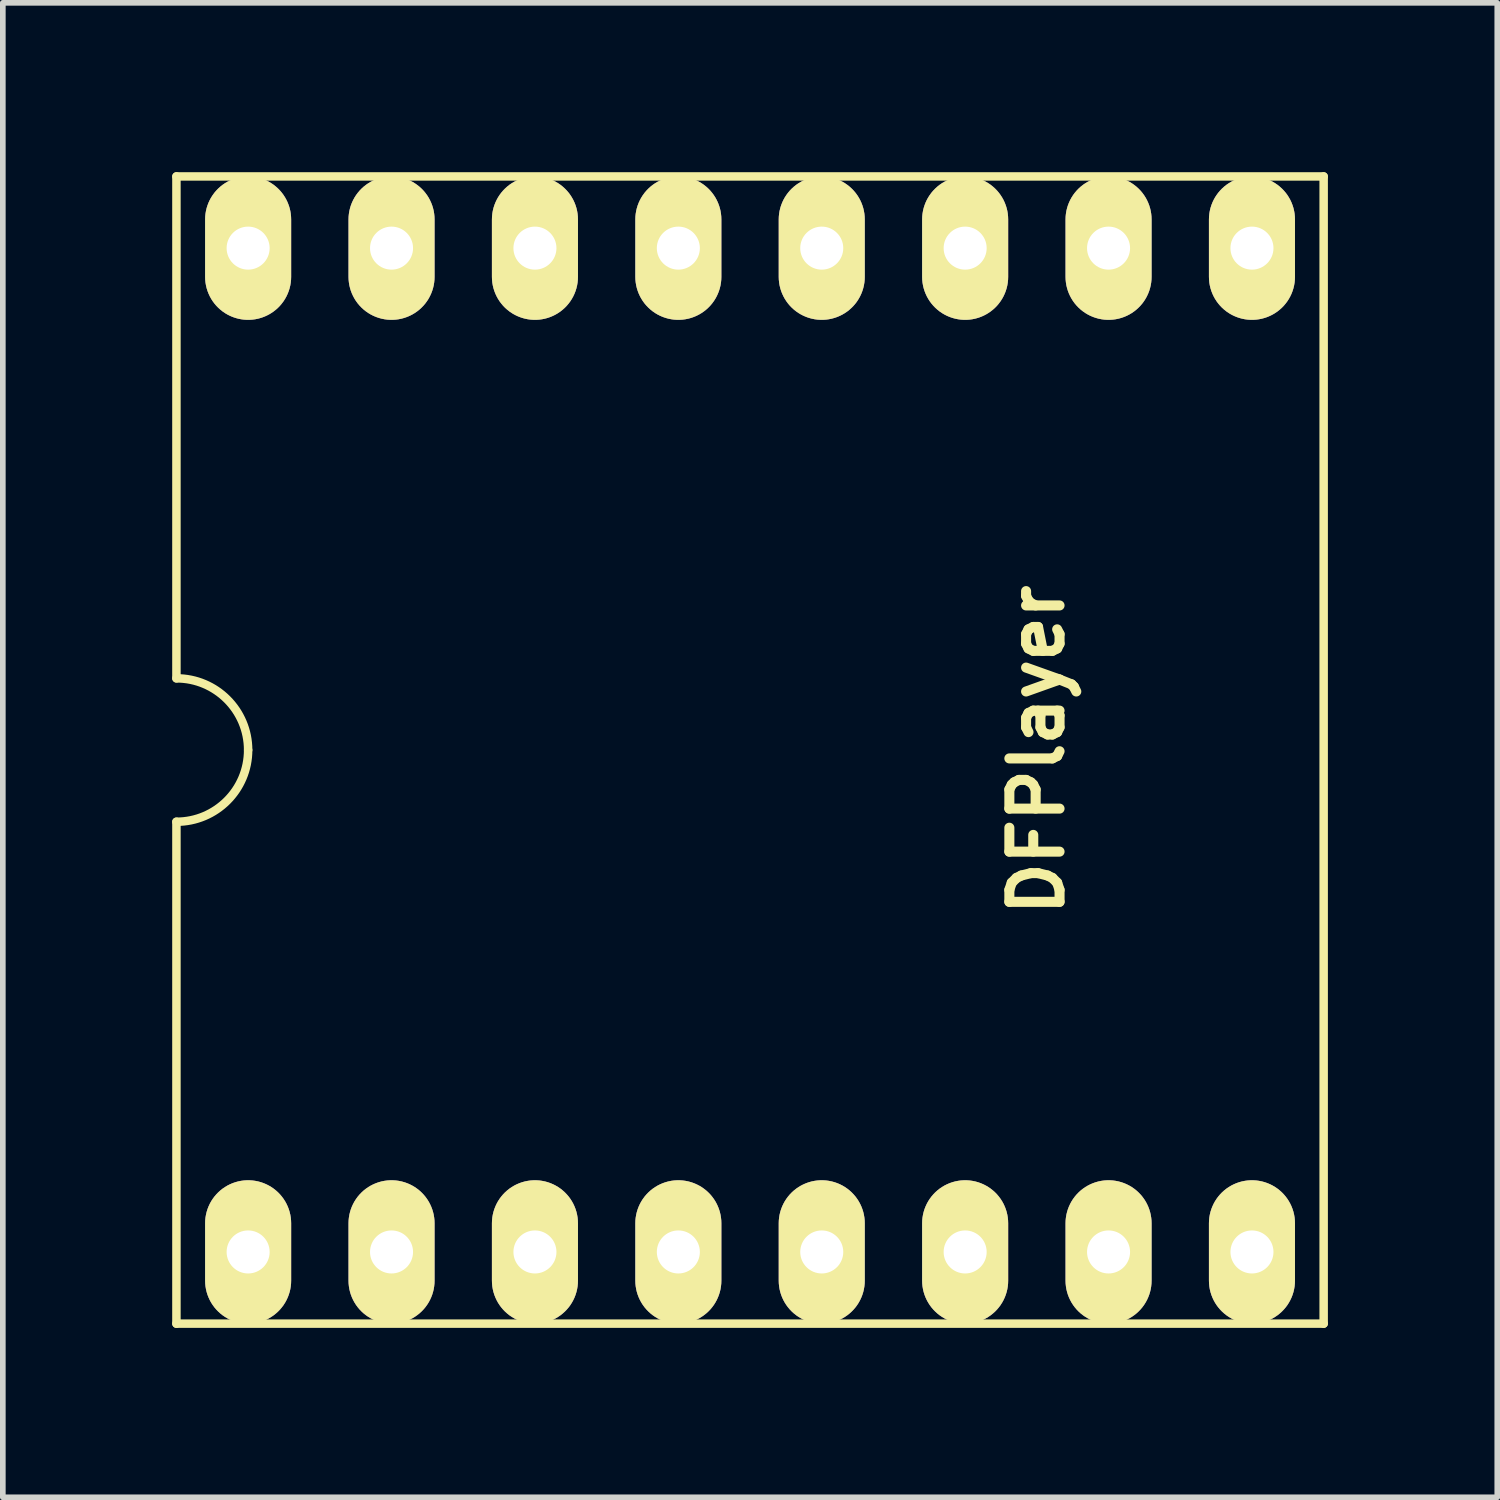
<source format=kicad_pcb>
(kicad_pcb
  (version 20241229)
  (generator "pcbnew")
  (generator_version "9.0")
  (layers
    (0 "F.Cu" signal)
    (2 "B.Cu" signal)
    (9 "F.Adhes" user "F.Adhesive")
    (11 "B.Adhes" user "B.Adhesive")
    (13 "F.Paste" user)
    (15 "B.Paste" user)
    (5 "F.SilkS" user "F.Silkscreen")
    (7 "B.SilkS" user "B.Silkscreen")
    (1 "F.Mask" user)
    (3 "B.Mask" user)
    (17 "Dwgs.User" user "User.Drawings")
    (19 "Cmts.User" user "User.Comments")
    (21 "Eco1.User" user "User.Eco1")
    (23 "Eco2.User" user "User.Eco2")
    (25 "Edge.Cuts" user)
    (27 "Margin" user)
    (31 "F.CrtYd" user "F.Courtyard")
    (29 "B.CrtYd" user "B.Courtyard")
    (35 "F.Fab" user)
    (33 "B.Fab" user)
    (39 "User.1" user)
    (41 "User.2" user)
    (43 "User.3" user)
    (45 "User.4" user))
  (footprint "DFPlayer"
    (layer "F.Cu")
    (at 10.235 10.235)
    (property "Reference" "DFPlayer" (at 5.08 0 90) (layer "F.SilkS") (effects (font (size 0.889 0.889) (thickness 0.178))))
    (attr through_hole)
    (fp_line (start -10.16 -10.16) (end -10.16 -1.27) (stroke (width 0.15) (type solid)) (layer "F.SilkS"))
    (fp_line (start -10.16 1.27) (end -10.16 10.16) (stroke (width 0.15) (type solid)) (layer "F.SilkS"))
    (fp_line (start -10.16 10.16) (end 10.16 10.16) (stroke (width 0.15) (type solid)) (layer "F.SilkS"))
    (fp_line (start 10.16 -10.16) (end -10.16 -10.16) (stroke (width 0.15) (type solid)) (layer "F.SilkS"))
    (fp_line (start 10.16 10.16) (end 10.16 -10.16) (stroke (width 0.15) (type solid)) (layer "F.SilkS"))
    (fp_arc (start -10.16 -1.27) (mid -9.261974 -0.898026) (end -8.89 0) (stroke (width 0.15) (type solid)) (layer "F.SilkS"))
    (fp_arc (start -8.89 0) (mid -9.261974 0.898026) (end -10.16 1.27) (stroke (width 0.15) (type solid)) (layer "F.SilkS"))
    (pad "1" thru_hole oval (at -8.89 8.89 180) (size 1.524 2.54) (drill 0.762) (layers "*.Cu" "*.Mask" "F.SilkS"))
    (pad "2" thru_hole oval (at -6.35 8.89 180) (size 1.524 2.54) (drill 0.762) (layers "*.Cu" "*.Mask" "F.SilkS"))
    (pad "3" thru_hole oval (at -3.81 8.89 180) (size 1.524 2.54) (drill 0.762) (layers "*.Cu" "*.Mask" "F.SilkS"))
    (pad "4" thru_hole oval (at -1.27 8.89 180) (size 1.524 2.54) (drill 0.762) (layers "*.Cu" "*.Mask" "F.SilkS"))
    (pad "5" thru_hole oval (at 1.27 8.89 180) (size 1.524 2.54) (drill 0.762) (layers "*.Cu" "*.Mask" "F.SilkS"))
    (pad "6" thru_hole oval (at 3.81 8.89 180) (size 1.524 2.54) (drill 0.762) (layers "*.Cu" "*.Mask" "F.SilkS"))
    (pad "7" thru_hole oval (at 6.35 8.89 180) (size 1.524 2.54) (drill 0.762) (layers "*.Cu" "*.Mask" "F.SilkS"))
    (pad "8" thru_hole oval (at 8.89 8.89 180) (size 1.524 2.54) (drill 0.762) (layers "*.Cu" "*.Mask" "F.SilkS"))
    (pad "9" thru_hole oval (at -8.89 -8.89 180) (size 1.524 2.54) (drill 0.762) (layers "*.Cu" "*.Mask" "F.SilkS"))
    (pad "10" thru_hole oval (at -6.35 -8.89 180) (size 1.524 2.54) (drill 0.762) (layers "*.Cu" "*.Mask" "F.SilkS"))
    (pad "11" thru_hole oval (at -3.81 -8.89 180) (size 1.524 2.54) (drill 0.762) (layers "*.Cu" "*.Mask" "F.SilkS"))
    (pad "12" thru_hole oval (at -1.27 -8.89 180) (size 1.524 2.54) (drill 0.762) (layers "*.Cu" "*.Mask" "F.SilkS"))
    (pad "13" thru_hole oval (at 1.27 -8.89 180) (size 1.524 2.54) (drill 0.762) (layers "*.Cu" "*.Mask" "F.SilkS"))
    (pad "14" thru_hole oval (at 3.81 -8.89 180) (size 1.524 2.54) (drill 0.762) (layers "*.Cu" "*.Mask" "F.SilkS"))
    (pad "15" thru_hole oval (at 6.35 -8.89 180) (size 1.524 2.54) (drill 0.762) (layers "*.Cu" "*.Mask" "F.SilkS"))
    (pad "16" thru_hole oval (at 8.89 -8.89 180) (size 1.524 2.54) (drill 0.762) (layers "*.Cu" "*.Mask" "F.SilkS")))
  (gr_rect
    (start -3 -3)
    (end 23.47 23.47)
    (stroke (width 0.1) (type default))
    (fill no)
    (layer "Edge.Cuts")))
</source>
